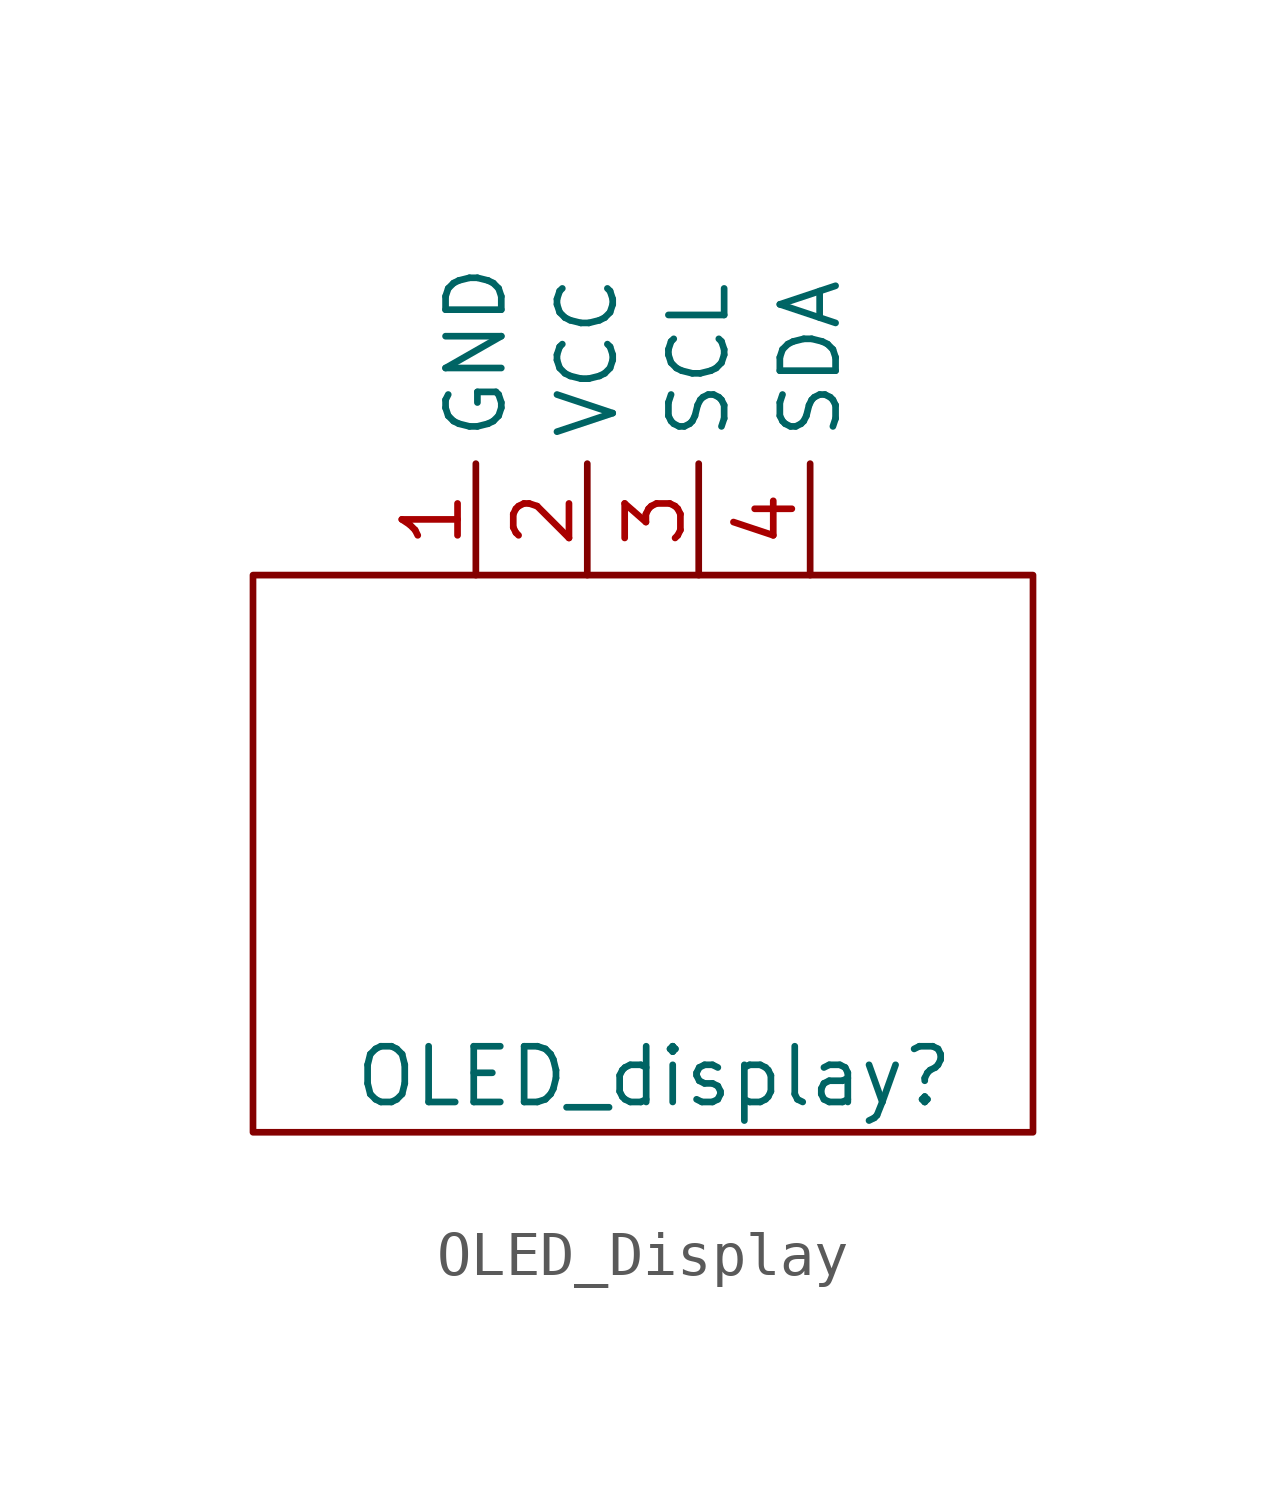
<source format=kicad_sym>
(kicad_symbol_lib
  (version 20241209)
  (generator "kicad_symbol_editor")
  (generator_version "9.0")
  (symbol "OLED_Display"
    (property "Reference" "OLED_display"
      (at 0.254 -5.08 0)
      (effects (font (size 1.27 1.27))))
    (property "Value" ""
      (at 0 0 0)
      (effects (font (size 1.27 1.27))))
    (symbol "OLED_Display_0_1"
      (rectangle (start -8.89 6.35) (end 8.89 -6.35) (stroke (width 0) (type default)) (fill (type none))))
    (symbol "OLED_Display_1_1"
      (pin bidirectional line (at -3.81 6.35 90) (length 2.54) (name "GND" (effects (font (size 1.27 1.27)))) (number "1" (effects (font (size 1.27 1.27)))))
      (pin power_in line (at -1.27 6.35 90) (length 2.54) (name "VCC" (effects (font (size 1.27 1.27)))) (number "2" (effects (font (size 1.27 1.27)))))
      (pin input line (at 1.27 6.35 90) (length 2.54) (name "SCL" (effects (font (size 1.27 1.27)))) (number "3" (effects (font (size 1.27 1.27)))))
      (pin bidirectional line (at 3.81 6.35 90) (length 2.54) (name "SDA" (effects (font (size 1.27 1.27)))) (number "4" (effects (font (size 1.27 1.27))))))))
</source>
